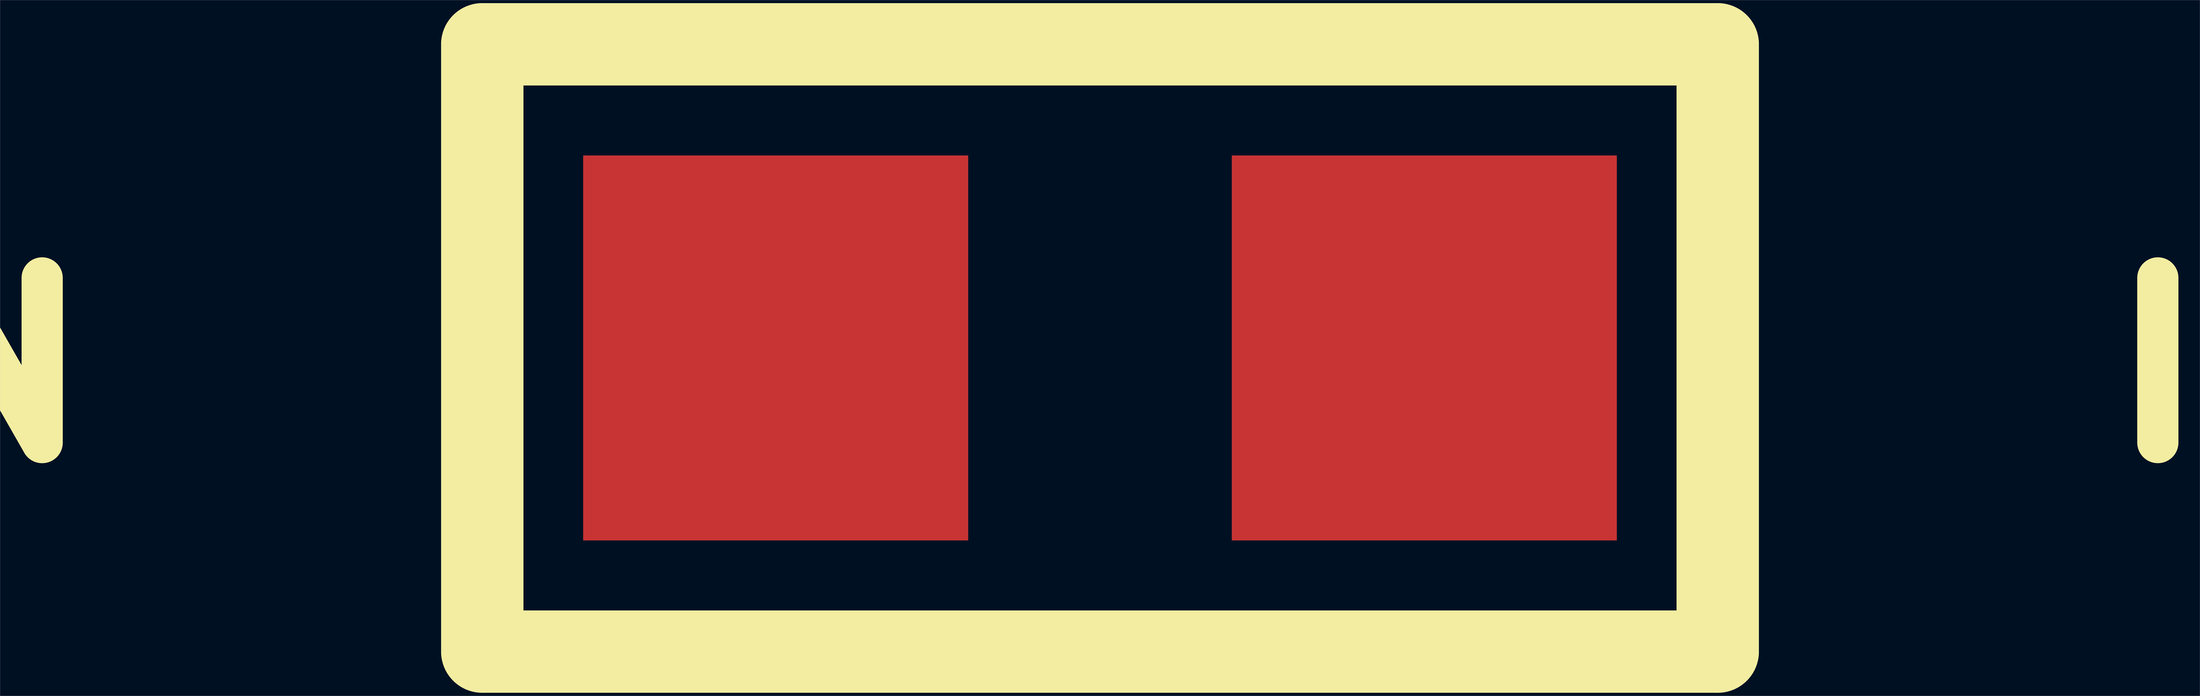
<source format=kicad_pcb>
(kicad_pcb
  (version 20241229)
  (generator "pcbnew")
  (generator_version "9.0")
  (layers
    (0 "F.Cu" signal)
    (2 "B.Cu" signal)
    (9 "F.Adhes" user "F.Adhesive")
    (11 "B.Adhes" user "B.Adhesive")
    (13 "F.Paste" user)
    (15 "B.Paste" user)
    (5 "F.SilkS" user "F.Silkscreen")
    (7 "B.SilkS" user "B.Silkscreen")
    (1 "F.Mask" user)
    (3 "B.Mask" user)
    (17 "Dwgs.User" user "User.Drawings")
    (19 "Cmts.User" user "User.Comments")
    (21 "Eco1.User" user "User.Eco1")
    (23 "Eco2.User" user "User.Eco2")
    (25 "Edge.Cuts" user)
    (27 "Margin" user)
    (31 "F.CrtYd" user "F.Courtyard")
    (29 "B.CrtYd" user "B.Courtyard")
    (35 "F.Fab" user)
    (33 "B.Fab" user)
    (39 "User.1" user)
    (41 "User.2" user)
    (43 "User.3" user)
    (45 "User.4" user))
  (footprint "IPC_INDC1608X95N"
    (layer "F.Cu")
    (at 1065.388 335)
    (property "Reference" "IPC_INDC1608X95N" (at 0 20 0) (layer "F.SilkS") (effects (font (size 160 160) (thickness 40))))
    (attr through_hole)
    (fp_line (start -600 -295) (end 600 -295) (stroke (width 80) (type solid)) (layer "F.SilkS"))
    (fp_line (start -600 295) (end -600 -295) (stroke (width 80) (type solid)) (layer "F.SilkS"))
    (fp_line (start 600 -295) (end 600 295) (stroke (width 80) (type solid)) (layer "F.SilkS"))
    (fp_line (start 600 295) (end -600 295) (stroke (width 80) (type solid)) (layer "F.SilkS"))
    (pad "1" smd rect (at -315 0) (size 374 374) (layers "F.Cu" "F.Mask" "F.Paste"))
    (pad "2" smd rect (at 315 0) (size 374 374) (layers "F.Cu" "F.Mask" "F.Paste")))
  (gr_rect
    (start -3 -3)
    (end 2133.777 673)
    (stroke (width 0.1) (type default))
    (fill no)
    (layer "Edge.Cuts")))
</source>
